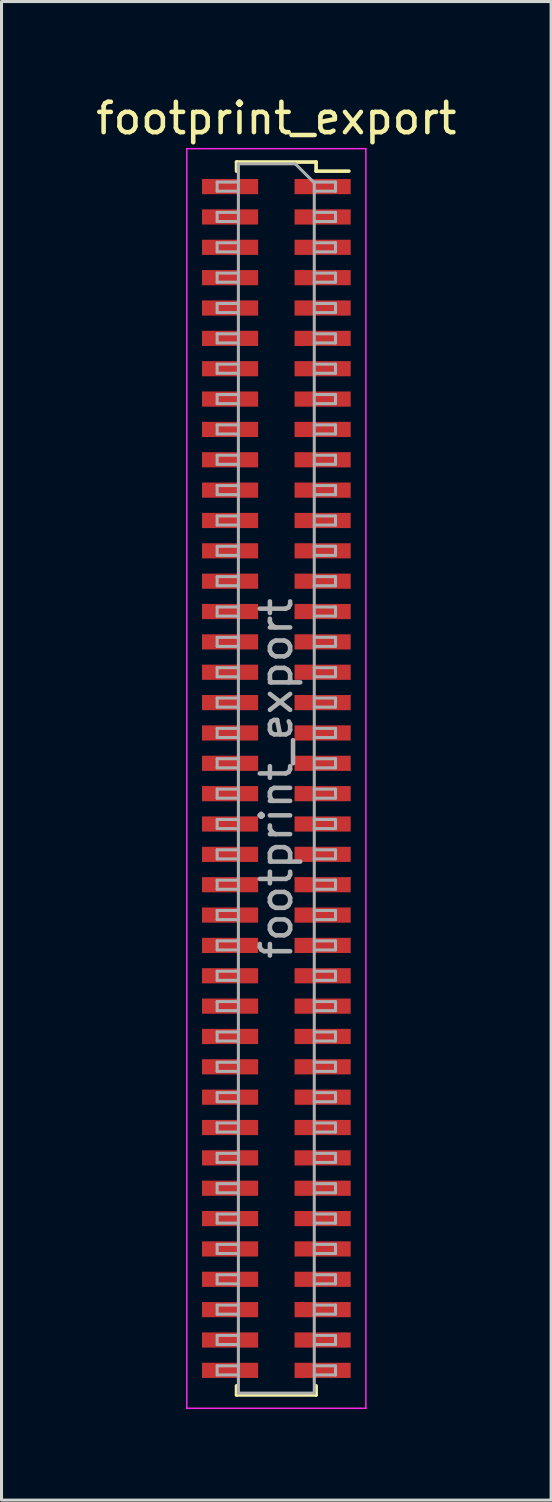
<source format=kicad_pcb>
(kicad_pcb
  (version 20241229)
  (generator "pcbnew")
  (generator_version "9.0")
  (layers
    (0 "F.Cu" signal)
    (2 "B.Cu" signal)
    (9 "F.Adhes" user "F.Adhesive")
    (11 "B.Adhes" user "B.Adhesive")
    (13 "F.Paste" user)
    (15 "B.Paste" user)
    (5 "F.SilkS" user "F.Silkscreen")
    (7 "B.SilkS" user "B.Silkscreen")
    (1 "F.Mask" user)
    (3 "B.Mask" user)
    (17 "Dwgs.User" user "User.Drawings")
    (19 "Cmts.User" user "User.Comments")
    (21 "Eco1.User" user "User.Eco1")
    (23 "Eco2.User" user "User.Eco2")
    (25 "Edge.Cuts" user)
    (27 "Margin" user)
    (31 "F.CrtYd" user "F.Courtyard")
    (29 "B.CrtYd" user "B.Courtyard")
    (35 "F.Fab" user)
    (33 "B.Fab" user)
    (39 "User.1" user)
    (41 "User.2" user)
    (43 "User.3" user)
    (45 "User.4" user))
  (footprint "footprint_export"
    (layer "F.Cu")
    (at 6.054 22.598)
    (property "Reference" "footprint_export" (at 0 -21.75 0) (layer "F.SilkS") (effects (font (size 1 1) (thickness 0.15))))
    (attr smd)
    (fp_line (start -1.31 -20.31) (end -1.31 -20.01) (stroke (width 0.12) (type solid)) (layer "F.SilkS"))
    (fp_line (start -1.31 -20.31) (end 1.31 -20.31) (stroke (width 0.12) (type solid)) (layer "F.SilkS"))
    (fp_line (start -1.31 20.01) (end -1.31 20.31) (stroke (width 0.12) (type solid)) (layer "F.SilkS"))
    (fp_line (start -1.31 20.31) (end 1.31 20.31) (stroke (width 0.12) (type solid)) (layer "F.SilkS"))
    (fp_line (start 1.31 -20.31) (end 1.31 -20.01) (stroke (width 0.12) (type solid)) (layer "F.SilkS"))
    (fp_line (start 1.31 -20.01) (end 2.39 -20.01) (stroke (width 0.12) (type solid)) (layer "F.SilkS"))
    (fp_line (start 1.31 20.01) (end 1.31 20.31) (stroke (width 0.12) (type solid)) (layer "F.SilkS"))
    (fp_line (start -2.95 -20.75) (end 2.95 -20.75) (stroke (width 0.05) (type solid)) (layer "F.CrtYd"))
    (fp_line (start -2.95 20.75) (end -2.95 -20.75) (stroke (width 0.05) (type solid)) (layer "F.CrtYd"))
    (fp_line (start 2.95 -20.75) (end 2.95 20.75) (stroke (width 0.05) (type solid)) (layer "F.CrtYd"))
    (fp_line (start 2.95 20.75) (end -2.95 20.75) (stroke (width 0.05) (type solid)) (layer "F.CrtYd"))
    (fp_line (start -1.95 -19.65) (end -1.25 -19.65) (stroke (width 0.1) (type solid)) (layer "F.Fab"))
    (fp_line (start -1.95 -19.35) (end -1.95 -19.65) (stroke (width 0.1) (type solid)) (layer "F.Fab"))
    (fp_line (start -1.95 -18.65) (end -1.25 -18.65) (stroke (width 0.1) (type solid)) (layer "F.Fab"))
    (fp_line (start -1.95 -18.35) (end -1.95 -18.65) (stroke (width 0.1) (type solid)) (layer "F.Fab"))
    (fp_line (start -1.95 -17.65) (end -1.25 -17.65) (stroke (width 0.1) (type solid)) (layer "F.Fab"))
    (fp_line (start -1.95 -17.35) (end -1.95 -17.65) (stroke (width 0.1) (type solid)) (layer "F.Fab"))
    (fp_line (start -1.95 -16.65) (end -1.25 -16.65) (stroke (width 0.1) (type solid)) (layer "F.Fab"))
    (fp_line (start -1.95 -16.35) (end -1.95 -16.65) (stroke (width 0.1) (type solid)) (layer "F.Fab"))
    (fp_line (start -1.95 -15.65) (end -1.25 -15.65) (stroke (width 0.1) (type solid)) (layer "F.Fab"))
    (fp_line (start -1.95 -15.35) (end -1.95 -15.65) (stroke (width 0.1) (type solid)) (layer "F.Fab"))
    (fp_line (start -1.95 -14.65) (end -1.25 -14.65) (stroke (width 0.1) (type solid)) (layer "F.Fab"))
    (fp_line (start -1.95 -14.35) (end -1.95 -14.65) (stroke (width 0.1) (type solid)) (layer "F.Fab"))
    (fp_line (start -1.95 -13.65) (end -1.25 -13.65) (stroke (width 0.1) (type solid)) (layer "F.Fab"))
    (fp_line (start -1.95 -13.35) (end -1.95 -13.65) (stroke (width 0.1) (type solid)) (layer "F.Fab"))
    (fp_line (start -1.95 -12.65) (end -1.25 -12.65) (stroke (width 0.1) (type solid)) (layer "F.Fab"))
    (fp_line (start -1.95 -12.35) (end -1.95 -12.65) (stroke (width 0.1) (type solid)) (layer "F.Fab"))
    (fp_line (start -1.95 -11.65) (end -1.25 -11.65) (stroke (width 0.1) (type solid)) (layer "F.Fab"))
    (fp_line (start -1.95 -11.35) (end -1.95 -11.65) (stroke (width 0.1) (type solid)) (layer "F.Fab"))
    (fp_line (start -1.95 -10.65) (end -1.25 -10.65) (stroke (width 0.1) (type solid)) (layer "F.Fab"))
    (fp_line (start -1.95 -10.35) (end -1.95 -10.65) (stroke (width 0.1) (type solid)) (layer "F.Fab"))
    (fp_line (start -1.95 -9.65) (end -1.25 -9.65) (stroke (width 0.1) (type solid)) (layer "F.Fab"))
    (fp_line (start -1.95 -9.35) (end -1.95 -9.65) (stroke (width 0.1) (type solid)) (layer "F.Fab"))
    (fp_line (start -1.95 -8.65) (end -1.25 -8.65) (stroke (width 0.1) (type solid)) (layer "F.Fab"))
    (fp_line (start -1.95 -8.35) (end -1.95 -8.65) (stroke (width 0.1) (type solid)) (layer "F.Fab"))
    (fp_line (start -1.95 -7.65) (end -1.25 -7.65) (stroke (width 0.1) (type solid)) (layer "F.Fab"))
    (fp_line (start -1.95 -7.35) (end -1.95 -7.65) (stroke (width 0.1) (type solid)) (layer "F.Fab"))
    (fp_line (start -1.95 -6.65) (end -1.25 -6.65) (stroke (width 0.1) (type solid)) (layer "F.Fab"))
    (fp_line (start -1.95 -6.35) (end -1.95 -6.65) (stroke (width 0.1) (type solid)) (layer "F.Fab"))
    (fp_line (start -1.95 -5.65) (end -1.25 -5.65) (stroke (width 0.1) (type solid)) (layer "F.Fab"))
    (fp_line (start -1.95 -5.35) (end -1.95 -5.65) (stroke (width 0.1) (type solid)) (layer "F.Fab"))
    (fp_line (start -1.95 -4.65) (end -1.25 -4.65) (stroke (width 0.1) (type solid)) (layer "F.Fab"))
    (fp_line (start -1.95 -4.35) (end -1.95 -4.65) (stroke (width 0.1) (type solid)) (layer "F.Fab"))
    (fp_line (start -1.95 -3.65) (end -1.25 -3.65) (stroke (width 0.1) (type solid)) (layer "F.Fab"))
    (fp_line (start -1.95 -3.35) (end -1.95 -3.65) (stroke (width 0.1) (type solid)) (layer "F.Fab"))
    (fp_line (start -1.95 -2.65) (end -1.25 -2.65) (stroke (width 0.1) (type solid)) (layer "F.Fab"))
    (fp_line (start -1.95 -2.35) (end -1.95 -2.65) (stroke (width 0.1) (type solid)) (layer "F.Fab"))
    (fp_line (start -1.95 -1.65) (end -1.25 -1.65) (stroke (width 0.1) (type solid)) (layer "F.Fab"))
    (fp_line (start -1.95 -1.35) (end -1.95 -1.65) (stroke (width 0.1) (type solid)) (layer "F.Fab"))
    (fp_line (start -1.95 -0.65) (end -1.25 -0.65) (stroke (width 0.1) (type solid)) (layer "F.Fab"))
    (fp_line (start -1.95 -0.35) (end -1.95 -0.65) (stroke (width 0.1) (type solid)) (layer "F.Fab"))
    (fp_line (start -1.95 0.35) (end -1.25 0.35) (stroke (width 0.1) (type solid)) (layer "F.Fab"))
    (fp_line (start -1.95 0.65) (end -1.95 0.35) (stroke (width 0.1) (type solid)) (layer "F.Fab"))
    (fp_line (start -1.95 1.35) (end -1.25 1.35) (stroke (width 0.1) (type solid)) (layer "F.Fab"))
    (fp_line (start -1.95 1.65) (end -1.95 1.35) (stroke (width 0.1) (type solid)) (layer "F.Fab"))
    (fp_line (start -1.95 2.35) (end -1.25 2.35) (stroke (width 0.1) (type solid)) (layer "F.Fab"))
    (fp_line (start -1.95 2.65) (end -1.95 2.35) (stroke (width 0.1) (type solid)) (layer "F.Fab"))
    (fp_line (start -1.95 3.35) (end -1.25 3.35) (stroke (width 0.1) (type solid)) (layer "F.Fab"))
    (fp_line (start -1.95 3.65) (end -1.95 3.35) (stroke (width 0.1) (type solid)) (layer "F.Fab"))
    (fp_line (start -1.95 4.35) (end -1.25 4.35) (stroke (width 0.1) (type solid)) (layer "F.Fab"))
    (fp_line (start -1.95 4.65) (end -1.95 4.35) (stroke (width 0.1) (type solid)) (layer "F.Fab"))
    (fp_line (start -1.95 5.35) (end -1.25 5.35) (stroke (width 0.1) (type solid)) (layer "F.Fab"))
    (fp_line (start -1.95 5.65) (end -1.95 5.35) (stroke (width 0.1) (type solid)) (layer "F.Fab"))
    (fp_line (start -1.95 6.35) (end -1.25 6.35) (stroke (width 0.1) (type solid)) (layer "F.Fab"))
    (fp_line (start -1.95 6.65) (end -1.95 6.35) (stroke (width 0.1) (type solid)) (layer "F.Fab"))
    (fp_line (start -1.95 7.35) (end -1.25 7.35) (stroke (width 0.1) (type solid)) (layer "F.Fab"))
    (fp_line (start -1.95 7.65) (end -1.95 7.35) (stroke (width 0.1) (type solid)) (layer "F.Fab"))
    (fp_line (start -1.95 8.35) (end -1.25 8.35) (stroke (width 0.1) (type solid)) (layer "F.Fab"))
    (fp_line (start -1.95 8.65) (end -1.95 8.35) (stroke (width 0.1) (type solid)) (layer "F.Fab"))
    (fp_line (start -1.95 9.35) (end -1.25 9.35) (stroke (width 0.1) (type solid)) (layer "F.Fab"))
    (fp_line (start -1.95 9.65) (end -1.95 9.35) (stroke (width 0.1) (type solid)) (layer "F.Fab"))
    (fp_line (start -1.95 10.35) (end -1.25 10.35) (stroke (width 0.1) (type solid)) (layer "F.Fab"))
    (fp_line (start -1.95 10.65) (end -1.95 10.35) (stroke (width 0.1) (type solid)) (layer "F.Fab"))
    (fp_line (start -1.95 11.35) (end -1.25 11.35) (stroke (width 0.1) (type solid)) (layer "F.Fab"))
    (fp_line (start -1.95 11.65) (end -1.95 11.35) (stroke (width 0.1) (type solid)) (layer "F.Fab"))
    (fp_line (start -1.95 12.35) (end -1.25 12.35) (stroke (width 0.1) (type solid)) (layer "F.Fab"))
    (fp_line (start -1.95 12.65) (end -1.95 12.35) (stroke (width 0.1) (type solid)) (layer "F.Fab"))
    (fp_line (start -1.95 13.35) (end -1.25 13.35) (stroke (width 0.1) (type solid)) (layer "F.Fab"))
    (fp_line (start -1.95 13.65) (end -1.95 13.35) (stroke (width 0.1) (type solid)) (layer "F.Fab"))
    (fp_line (start -1.95 14.35) (end -1.25 14.35) (stroke (width 0.1) (type solid)) (layer "F.Fab"))
    (fp_line (start -1.95 14.65) (end -1.95 14.35) (stroke (width 0.1) (type solid)) (layer "F.Fab"))
    (fp_line (start -1.95 15.35) (end -1.25 15.35) (stroke (width 0.1) (type solid)) (layer "F.Fab"))
    (fp_line (start -1.95 15.65) (end -1.95 15.35) (stroke (width 0.1) (type solid)) (layer "F.Fab"))
    (fp_line (start -1.95 16.35) (end -1.25 16.35) (stroke (width 0.1) (type solid)) (layer "F.Fab"))
    (fp_line (start -1.95 16.65) (end -1.95 16.35) (stroke (width 0.1) (type solid)) (layer "F.Fab"))
    (fp_line (start -1.95 17.35) (end -1.25 17.35) (stroke (width 0.1) (type solid)) (layer "F.Fab"))
    (fp_line (start -1.95 17.65) (end -1.95 17.35) (stroke (width 0.1) (type solid)) (layer "F.Fab"))
    (fp_line (start -1.95 18.35) (end -1.25 18.35) (stroke (width 0.1) (type solid)) (layer "F.Fab"))
    (fp_line (start -1.95 18.65) (end -1.95 18.35) (stroke (width 0.1) (type solid)) (layer "F.Fab"))
    (fp_line (start -1.95 19.35) (end -1.25 19.35) (stroke (width 0.1) (type solid)) (layer "F.Fab"))
    (fp_line (start -1.95 19.65) (end -1.95 19.35) (stroke (width 0.1) (type solid)) (layer "F.Fab"))
    (fp_line (start -1.25 -20.25) (end 0.625 -20.25) (stroke (width 0.1) (type solid)) (layer "F.Fab"))
    (fp_line (start -1.25 -19.35) (end -1.95 -19.35) (stroke (width 0.1) (type solid)) (layer "F.Fab"))
    (fp_line (start -1.25 -18.35) (end -1.95 -18.35) (stroke (width 0.1) (type solid)) (layer "F.Fab"))
    (fp_line (start -1.25 -17.35) (end -1.95 -17.35) (stroke (width 0.1) (type solid)) (layer "F.Fab"))
    (fp_line (start -1.25 -16.35) (end -1.95 -16.35) (stroke (width 0.1) (type solid)) (layer "F.Fab"))
    (fp_line (start -1.25 -15.35) (end -1.95 -15.35) (stroke (width 0.1) (type solid)) (layer "F.Fab"))
    (fp_line (start -1.25 -14.35) (end -1.95 -14.35) (stroke (width 0.1) (type solid)) (layer "F.Fab"))
    (fp_line (start -1.25 -13.35) (end -1.95 -13.35) (stroke (width 0.1) (type solid)) (layer "F.Fab"))
    (fp_line (start -1.25 -12.35) (end -1.95 -12.35) (stroke (width 0.1) (type solid)) (layer "F.Fab"))
    (fp_line (start -1.25 -11.35) (end -1.95 -11.35) (stroke (width 0.1) (type solid)) (layer "F.Fab"))
    (fp_line (start -1.25 -10.35) (end -1.95 -10.35) (stroke (width 0.1) (type solid)) (layer "F.Fab"))
    (fp_line (start -1.25 -9.35) (end -1.95 -9.35) (stroke (width 0.1) (type solid)) (layer "F.Fab"))
    (fp_line (start -1.25 -8.35) (end -1.95 -8.35) (stroke (width 0.1) (type solid)) (layer "F.Fab"))
    (fp_line (start -1.25 -7.35) (end -1.95 -7.35) (stroke (width 0.1) (type solid)) (layer "F.Fab"))
    (fp_line (start -1.25 -6.35) (end -1.95 -6.35) (stroke (width 0.1) (type solid)) (layer "F.Fab"))
    (fp_line (start -1.25 -5.35) (end -1.95 -5.35) (stroke (width 0.1) (type solid)) (layer "F.Fab"))
    (fp_line (start -1.25 -4.35) (end -1.95 -4.35) (stroke (width 0.1) (type solid)) (layer "F.Fab"))
    (fp_line (start -1.25 -3.35) (end -1.95 -3.35) (stroke (width 0.1) (type solid)) (layer "F.Fab"))
    (fp_line (start -1.25 -2.35) (end -1.95 -2.35) (stroke (width 0.1) (type solid)) (layer "F.Fab"))
    (fp_line (start -1.25 -1.35) (end -1.95 -1.35) (stroke (width 0.1) (type solid)) (layer "F.Fab"))
    (fp_line (start -1.25 -0.35) (end -1.95 -0.35) (stroke (width 0.1) (type solid)) (layer "F.Fab"))
    (fp_line (start -1.25 0.65) (end -1.95 0.65) (stroke (width 0.1) (type solid)) (layer "F.Fab"))
    (fp_line (start -1.25 1.65) (end -1.95 1.65) (stroke (width 0.1) (type solid)) (layer "F.Fab"))
    (fp_line (start -1.25 2.65) (end -1.95 2.65) (stroke (width 0.1) (type solid)) (layer "F.Fab"))
    (fp_line (start -1.25 3.65) (end -1.95 3.65) (stroke (width 0.1) (type solid)) (layer "F.Fab"))
    (fp_line (start -1.25 4.65) (end -1.95 4.65) (stroke (width 0.1) (type solid)) (layer "F.Fab"))
    (fp_line (start -1.25 5.65) (end -1.95 5.65) (stroke (width 0.1) (type solid)) (layer "F.Fab"))
    (fp_line (start -1.25 6.65) (end -1.95 6.65) (stroke (width 0.1) (type solid)) (layer "F.Fab"))
    (fp_line (start -1.25 7.65) (end -1.95 7.65) (stroke (width 0.1) (type solid)) (layer "F.Fab"))
    (fp_line (start -1.25 8.65) (end -1.95 8.65) (stroke (width 0.1) (type solid)) (layer "F.Fab"))
    (fp_line (start -1.25 9.65) (end -1.95 9.65) (stroke (width 0.1) (type solid)) (layer "F.Fab"))
    (fp_line (start -1.25 10.65) (end -1.95 10.65) (stroke (width 0.1) (type solid)) (layer "F.Fab"))
    (fp_line (start -1.25 11.65) (end -1.95 11.65) (stroke (width 0.1) (type solid)) (layer "F.Fab"))
    (fp_line (start -1.25 12.65) (end -1.95 12.65) (stroke (width 0.1) (type solid)) (layer "F.Fab"))
    (fp_line (start -1.25 13.65) (end -1.95 13.65) (stroke (width 0.1) (type solid)) (layer "F.Fab"))
    (fp_line (start -1.25 14.65) (end -1.95 14.65) (stroke (width 0.1) (type solid)) (layer "F.Fab"))
    (fp_line (start -1.25 15.65) (end -1.95 15.65) (stroke (width 0.1) (type solid)) (layer "F.Fab"))
    (fp_line (start -1.25 16.65) (end -1.95 16.65) (stroke (width 0.1) (type solid)) (layer "F.Fab"))
    (fp_line (start -1.25 17.65) (end -1.95 17.65) (stroke (width 0.1) (type solid)) (layer "F.Fab"))
    (fp_line (start -1.25 18.65) (end -1.95 18.65) (stroke (width 0.1) (type solid)) (layer "F.Fab"))
    (fp_line (start -1.25 19.65) (end -1.95 19.65) (stroke (width 0.1) (type solid)) (layer "F.Fab"))
    (fp_line (start -1.25 20.25) (end -1.25 -20.25) (stroke (width 0.1) (type solid)) (layer "F.Fab"))
    (fp_line (start 0.625 -20.25) (end 1.25 -19.625) (stroke (width 0.1) (type solid)) (layer "F.Fab"))
    (fp_line (start 1.25 -19.65) (end 1.95 -19.65) (stroke (width 0.1) (type solid)) (layer "F.Fab"))
    (fp_line (start 1.25 -19.625) (end 1.25 20.25) (stroke (width 0.1) (type solid)) (layer "F.Fab"))
    (fp_line (start 1.25 -18.65) (end 1.95 -18.65) (stroke (width 0.1) (type solid)) (layer "F.Fab"))
    (fp_line (start 1.25 -17.65) (end 1.95 -17.65) (stroke (width 0.1) (type solid)) (layer "F.Fab"))
    (fp_line (start 1.25 -16.65) (end 1.95 -16.65) (stroke (width 0.1) (type solid)) (layer "F.Fab"))
    (fp_line (start 1.25 -15.65) (end 1.95 -15.65) (stroke (width 0.1) (type solid)) (layer "F.Fab"))
    (fp_line (start 1.25 -14.65) (end 1.95 -14.65) (stroke (width 0.1) (type solid)) (layer "F.Fab"))
    (fp_line (start 1.25 -13.65) (end 1.95 -13.65) (stroke (width 0.1) (type solid)) (layer "F.Fab"))
    (fp_line (start 1.25 -12.65) (end 1.95 -12.65) (stroke (width 0.1) (type solid)) (layer "F.Fab"))
    (fp_line (start 1.25 -11.65) (end 1.95 -11.65) (stroke (width 0.1) (type solid)) (layer "F.Fab"))
    (fp_line (start 1.25 -10.65) (end 1.95 -10.65) (stroke (width 0.1) (type solid)) (layer "F.Fab"))
    (fp_line (start 1.25 -9.65) (end 1.95 -9.65) (stroke (width 0.1) (type solid)) (layer "F.Fab"))
    (fp_line (start 1.25 -8.65) (end 1.95 -8.65) (stroke (width 0.1) (type solid)) (layer "F.Fab"))
    (fp_line (start 1.25 -7.65) (end 1.95 -7.65) (stroke (width 0.1) (type solid)) (layer "F.Fab"))
    (fp_line (start 1.25 -6.65) (end 1.95 -6.65) (stroke (width 0.1) (type solid)) (layer "F.Fab"))
    (fp_line (start 1.25 -5.65) (end 1.95 -5.65) (stroke (width 0.1) (type solid)) (layer "F.Fab"))
    (fp_line (start 1.25 -4.65) (end 1.95 -4.65) (stroke (width 0.1) (type solid)) (layer "F.Fab"))
    (fp_line (start 1.25 -3.65) (end 1.95 -3.65) (stroke (width 0.1) (type solid)) (layer "F.Fab"))
    (fp_line (start 1.25 -2.65) (end 1.95 -2.65) (stroke (width 0.1) (type solid)) (layer "F.Fab"))
    (fp_line (start 1.25 -1.65) (end 1.95 -1.65) (stroke (width 0.1) (type solid)) (layer "F.Fab"))
    (fp_line (start 1.25 -0.65) (end 1.95 -0.65) (stroke (width 0.1) (type solid)) (layer "F.Fab"))
    (fp_line (start 1.25 0.35) (end 1.95 0.35) (stroke (width 0.1) (type solid)) (layer "F.Fab"))
    (fp_line (start 1.25 1.35) (end 1.95 1.35) (stroke (width 0.1) (type solid)) (layer "F.Fab"))
    (fp_line (start 1.25 2.35) (end 1.95 2.35) (stroke (width 0.1) (type solid)) (layer "F.Fab"))
    (fp_line (start 1.25 3.35) (end 1.95 3.35) (stroke (width 0.1) (type solid)) (layer "F.Fab"))
    (fp_line (start 1.25 4.35) (end 1.95 4.35) (stroke (width 0.1) (type solid)) (layer "F.Fab"))
    (fp_line (start 1.25 5.35) (end 1.95 5.35) (stroke (width 0.1) (type solid)) (layer "F.Fab"))
    (fp_line (start 1.25 6.35) (end 1.95 6.35) (stroke (width 0.1) (type solid)) (layer "F.Fab"))
    (fp_line (start 1.25 7.35) (end 1.95 7.35) (stroke (width 0.1) (type solid)) (layer "F.Fab"))
    (fp_line (start 1.25 8.35) (end 1.95 8.35) (stroke (width 0.1) (type solid)) (layer "F.Fab"))
    (fp_line (start 1.25 9.35) (end 1.95 9.35) (stroke (width 0.1) (type solid)) (layer "F.Fab"))
    (fp_line (start 1.25 10.35) (end 1.95 10.35) (stroke (width 0.1) (type solid)) (layer "F.Fab"))
    (fp_line (start 1.25 11.35) (end 1.95 11.35) (stroke (width 0.1) (type solid)) (layer "F.Fab"))
    (fp_line (start 1.25 12.35) (end 1.95 12.35) (stroke (width 0.1) (type solid)) (layer "F.Fab"))
    (fp_line (start 1.25 13.35) (end 1.95 13.35) (stroke (width 0.1) (type solid)) (layer "F.Fab"))
    (fp_line (start 1.25 14.35) (end 1.95 14.35) (stroke (width 0.1) (type solid)) (layer "F.Fab"))
    (fp_line (start 1.25 15.35) (end 1.95 15.35) (stroke (width 0.1) (type solid)) (layer "F.Fab"))
    (fp_line (start 1.25 16.35) (end 1.95 16.35) (stroke (width 0.1) (type solid)) (layer "F.Fab"))
    (fp_line (start 1.25 17.35) (end 1.95 17.35) (stroke (width 0.1) (type solid)) (layer "F.Fab"))
    (fp_line (start 1.25 18.35) (end 1.95 18.35) (stroke (width 0.1) (type solid)) (layer "F.Fab"))
    (fp_line (start 1.25 19.35) (end 1.95 19.35) (stroke (width 0.1) (type solid)) (layer "F.Fab"))
    (fp_line (start 1.25 20.25) (end -1.25 20.25) (stroke (width 0.1) (type solid)) (layer "F.Fab"))
    (fp_line (start 1.95 -19.65) (end 1.95 -19.35) (stroke (width 0.1) (type solid)) (layer "F.Fab"))
    (fp_line (start 1.95 -19.35) (end 1.25 -19.35) (stroke (width 0.1) (type solid)) (layer "F.Fab"))
    (fp_line (start 1.95 -18.65) (end 1.95 -18.35) (stroke (width 0.1) (type solid)) (layer "F.Fab"))
    (fp_line (start 1.95 -18.35) (end 1.25 -18.35) (stroke (width 0.1) (type solid)) (layer "F.Fab"))
    (fp_line (start 1.95 -17.65) (end 1.95 -17.35) (stroke (width 0.1) (type solid)) (layer "F.Fab"))
    (fp_line (start 1.95 -17.35) (end 1.25 -17.35) (stroke (width 0.1) (type solid)) (layer "F.Fab"))
    (fp_line (start 1.95 -16.65) (end 1.95 -16.35) (stroke (width 0.1) (type solid)) (layer "F.Fab"))
    (fp_line (start 1.95 -16.35) (end 1.25 -16.35) (stroke (width 0.1) (type solid)) (layer "F.Fab"))
    (fp_line (start 1.95 -15.65) (end 1.95 -15.35) (stroke (width 0.1) (type solid)) (layer "F.Fab"))
    (fp_line (start 1.95 -15.35) (end 1.25 -15.35) (stroke (width 0.1) (type solid)) (layer "F.Fab"))
    (fp_line (start 1.95 -14.65) (end 1.95 -14.35) (stroke (width 0.1) (type solid)) (layer "F.Fab"))
    (fp_line (start 1.95 -14.35) (end 1.25 -14.35) (stroke (width 0.1) (type solid)) (layer "F.Fab"))
    (fp_line (start 1.95 -13.65) (end 1.95 -13.35) (stroke (width 0.1) (type solid)) (layer "F.Fab"))
    (fp_line (start 1.95 -13.35) (end 1.25 -13.35) (stroke (width 0.1) (type solid)) (layer "F.Fab"))
    (fp_line (start 1.95 -12.65) (end 1.95 -12.35) (stroke (width 0.1) (type solid)) (layer "F.Fab"))
    (fp_line (start 1.95 -12.35) (end 1.25 -12.35) (stroke (width 0.1) (type solid)) (layer "F.Fab"))
    (fp_line (start 1.95 -11.65) (end 1.95 -11.35) (stroke (width 0.1) (type solid)) (layer "F.Fab"))
    (fp_line (start 1.95 -11.35) (end 1.25 -11.35) (stroke (width 0.1) (type solid)) (layer "F.Fab"))
    (fp_line (start 1.95 -10.65) (end 1.95 -10.35) (stroke (width 0.1) (type solid)) (layer "F.Fab"))
    (fp_line (start 1.95 -10.35) (end 1.25 -10.35) (stroke (width 0.1) (type solid)) (layer "F.Fab"))
    (fp_line (start 1.95 -9.65) (end 1.95 -9.35) (stroke (width 0.1) (type solid)) (layer "F.Fab"))
    (fp_line (start 1.95 -9.35) (end 1.25 -9.35) (stroke (width 0.1) (type solid)) (layer "F.Fab"))
    (fp_line (start 1.95 -8.65) (end 1.95 -8.35) (stroke (width 0.1) (type solid)) (layer "F.Fab"))
    (fp_line (start 1.95 -8.35) (end 1.25 -8.35) (stroke (width 0.1) (type solid)) (layer "F.Fab"))
    (fp_line (start 1.95 -7.65) (end 1.95 -7.35) (stroke (width 0.1) (type solid)) (layer "F.Fab"))
    (fp_line (start 1.95 -7.35) (end 1.25 -7.35) (stroke (width 0.1) (type solid)) (layer "F.Fab"))
    (fp_line (start 1.95 -6.65) (end 1.95 -6.35) (stroke (width 0.1) (type solid)) (layer "F.Fab"))
    (fp_line (start 1.95 -6.35) (end 1.25 -6.35) (stroke (width 0.1) (type solid)) (layer "F.Fab"))
    (fp_line (start 1.95 -5.65) (end 1.95 -5.35) (stroke (width 0.1) (type solid)) (layer "F.Fab"))
    (fp_line (start 1.95 -5.35) (end 1.25 -5.35) (stroke (width 0.1) (type solid)) (layer "F.Fab"))
    (fp_line (start 1.95 -4.65) (end 1.95 -4.35) (stroke (width 0.1) (type solid)) (layer "F.Fab"))
    (fp_line (start 1.95 -4.35) (end 1.25 -4.35) (stroke (width 0.1) (type solid)) (layer "F.Fab"))
    (fp_line (start 1.95 -3.65) (end 1.95 -3.35) (stroke (width 0.1) (type solid)) (layer "F.Fab"))
    (fp_line (start 1.95 -3.35) (end 1.25 -3.35) (stroke (width 0.1) (type solid)) (layer "F.Fab"))
    (fp_line (start 1.95 -2.65) (end 1.95 -2.35) (stroke (width 0.1) (type solid)) (layer "F.Fab"))
    (fp_line (start 1.95 -2.35) (end 1.25 -2.35) (stroke (width 0.1) (type solid)) (layer "F.Fab"))
    (fp_line (start 1.95 -1.65) (end 1.95 -1.35) (stroke (width 0.1) (type solid)) (layer "F.Fab"))
    (fp_line (start 1.95 -1.35) (end 1.25 -1.35) (stroke (width 0.1) (type solid)) (layer "F.Fab"))
    (fp_line (start 1.95 -0.65) (end 1.95 -0.35) (stroke (width 0.1) (type solid)) (layer "F.Fab"))
    (fp_line (start 1.95 -0.35) (end 1.25 -0.35) (stroke (width 0.1) (type solid)) (layer "F.Fab"))
    (fp_line (start 1.95 0.35) (end 1.95 0.65) (stroke (width 0.1) (type solid)) (layer "F.Fab"))
    (fp_line (start 1.95 0.65) (end 1.25 0.65) (stroke (width 0.1) (type solid)) (layer "F.Fab"))
    (fp_line (start 1.95 1.35) (end 1.95 1.65) (stroke (width 0.1) (type solid)) (layer "F.Fab"))
    (fp_line (start 1.95 1.65) (end 1.25 1.65) (stroke (width 0.1) (type solid)) (layer "F.Fab"))
    (fp_line (start 1.95 2.35) (end 1.95 2.65) (stroke (width 0.1) (type solid)) (layer "F.Fab"))
    (fp_line (start 1.95 2.65) (end 1.25 2.65) (stroke (width 0.1) (type solid)) (layer "F.Fab"))
    (fp_line (start 1.95 3.35) (end 1.95 3.65) (stroke (width 0.1) (type solid)) (layer "F.Fab"))
    (fp_line (start 1.95 3.65) (end 1.25 3.65) (stroke (width 0.1) (type solid)) (layer "F.Fab"))
    (fp_line (start 1.95 4.35) (end 1.95 4.65) (stroke (width 0.1) (type solid)) (layer "F.Fab"))
    (fp_line (start 1.95 4.65) (end 1.25 4.65) (stroke (width 0.1) (type solid)) (layer "F.Fab"))
    (fp_line (start 1.95 5.35) (end 1.95 5.65) (stroke (width 0.1) (type solid)) (layer "F.Fab"))
    (fp_line (start 1.95 5.65) (end 1.25 5.65) (stroke (width 0.1) (type solid)) (layer "F.Fab"))
    (fp_line (start 1.95 6.35) (end 1.95 6.65) (stroke (width 0.1) (type solid)) (layer "F.Fab"))
    (fp_line (start 1.95 6.65) (end 1.25 6.65) (stroke (width 0.1) (type solid)) (layer "F.Fab"))
    (fp_line (start 1.95 7.35) (end 1.95 7.65) (stroke (width 0.1) (type solid)) (layer "F.Fab"))
    (fp_line (start 1.95 7.65) (end 1.25 7.65) (stroke (width 0.1) (type solid)) (layer "F.Fab"))
    (fp_line (start 1.95 8.35) (end 1.95 8.65) (stroke (width 0.1) (type solid)) (layer "F.Fab"))
    (fp_line (start 1.95 8.65) (end 1.25 8.65) (stroke (width 0.1) (type solid)) (layer "F.Fab"))
    (fp_line (start 1.95 9.35) (end 1.95 9.65) (stroke (width 0.1) (type solid)) (layer "F.Fab"))
    (fp_line (start 1.95 9.65) (end 1.25 9.65) (stroke (width 0.1) (type solid)) (layer "F.Fab"))
    (fp_line (start 1.95 10.35) (end 1.95 10.65) (stroke (width 0.1) (type solid)) (layer "F.Fab"))
    (fp_line (start 1.95 10.65) (end 1.25 10.65) (stroke (width 0.1) (type solid)) (layer "F.Fab"))
    (fp_line (start 1.95 11.35) (end 1.95 11.65) (stroke (width 0.1) (type solid)) (layer "F.Fab"))
    (fp_line (start 1.95 11.65) (end 1.25 11.65) (stroke (width 0.1) (type solid)) (layer "F.Fab"))
    (fp_line (start 1.95 12.35) (end 1.95 12.65) (stroke (width 0.1) (type solid)) (layer "F.Fab"))
    (fp_line (start 1.95 12.65) (end 1.25 12.65) (stroke (width 0.1) (type solid)) (layer "F.Fab"))
    (fp_line (start 1.95 13.35) (end 1.95 13.65) (stroke (width 0.1) (type solid)) (layer "F.Fab"))
    (fp_line (start 1.95 13.65) (end 1.25 13.65) (stroke (width 0.1) (type solid)) (layer "F.Fab"))
    (fp_line (start 1.95 14.35) (end 1.95 14.65) (stroke (width 0.1) (type solid)) (layer "F.Fab"))
    (fp_line (start 1.95 14.65) (end 1.25 14.65) (stroke (width 0.1) (type solid)) (layer "F.Fab"))
    (fp_line (start 1.95 15.35) (end 1.95 15.65) (stroke (width 0.1) (type solid)) (layer "F.Fab"))
    (fp_line (start 1.95 15.65) (end 1.25 15.65) (stroke (width 0.1) (type solid)) (layer "F.Fab"))
    (fp_line (start 1.95 16.35) (end 1.95 16.65) (stroke (width 0.1) (type solid)) (layer "F.Fab"))
    (fp_line (start 1.95 16.65) (end 1.25 16.65) (stroke (width 0.1) (type solid)) (layer "F.Fab"))
    (fp_line (start 1.95 17.35) (end 1.95 17.65) (stroke (width 0.1) (type solid)) (layer "F.Fab"))
    (fp_line (start 1.95 17.65) (end 1.25 17.65) (stroke (width 0.1) (type solid)) (layer "F.Fab"))
    (fp_line (start 1.95 18.35) (end 1.95 18.65) (stroke (width 0.1) (type solid)) (layer "F.Fab"))
    (fp_line (start 1.95 18.65) (end 1.25 18.65) (stroke (width 0.1) (type solid)) (layer "F.Fab"))
    (fp_line (start 1.95 19.35) (end 1.95 19.65) (stroke (width 0.1) (type solid)) (layer "F.Fab"))
    (fp_line (start 1.95 19.65) (end 1.25 19.65) (stroke (width 0.1) (type solid)) (layer "F.Fab"))
    (fp_text user "${REFERENCE}" (at 0 0 90) (layer "F.Fab") (effects (font (size 1 1) (thickness 0.15))))
    (pad "1" smd rect (at 1.525 -19.5) (size 1.85 0.5) (layers "F.Cu" "F.Mask" "F.Paste"))
    (pad "2" smd rect (at -1.525 -19.5) (size 1.85 0.5) (layers "F.Cu" "F.Mask" "F.Paste"))
    (pad "3" smd rect (at 1.525 -18.5) (size 1.85 0.5) (layers "F.Cu" "F.Mask" "F.Paste"))
    (pad "4" smd rect (at -1.525 -18.5) (size 1.85 0.5) (layers "F.Cu" "F.Mask" "F.Paste"))
    (pad "5" smd rect (at 1.525 -17.5) (size 1.85 0.5) (layers "F.Cu" "F.Mask" "F.Paste"))
    (pad "6" smd rect (at -1.525 -17.5) (size 1.85 0.5) (layers "F.Cu" "F.Mask" "F.Paste"))
    (pad "7" smd rect (at 1.525 -16.5) (size 1.85 0.5) (layers "F.Cu" "F.Mask" "F.Paste"))
    (pad "8" smd rect (at -1.525 -16.5) (size 1.85 0.5) (layers "F.Cu" "F.Mask" "F.Paste"))
    (pad "9" smd rect (at 1.525 -15.5) (size 1.85 0.5) (layers "F.Cu" "F.Mask" "F.Paste"))
    (pad "10" smd rect (at -1.525 -15.5) (size 1.85 0.5) (layers "F.Cu" "F.Mask" "F.Paste"))
    (pad "11" smd rect (at 1.525 -14.5) (size 1.85 0.5) (layers "F.Cu" "F.Mask" "F.Paste"))
    (pad "12" smd rect (at -1.525 -14.5) (size 1.85 0.5) (layers "F.Cu" "F.Mask" "F.Paste"))
    (pad "13" smd rect (at 1.525 -13.5) (size 1.85 0.5) (layers "F.Cu" "F.Mask" "F.Paste"))
    (pad "14" smd rect (at -1.525 -13.5) (size 1.85 0.5) (layers "F.Cu" "F.Mask" "F.Paste"))
    (pad "15" smd rect (at 1.525 -12.5) (size 1.85 0.5) (layers "F.Cu" "F.Mask" "F.Paste"))
    (pad "16" smd rect (at -1.525 -12.5) (size 1.85 0.5) (layers "F.Cu" "F.Mask" "F.Paste"))
    (pad "17" smd rect (at 1.525 -11.5) (size 1.85 0.5) (layers "F.Cu" "F.Mask" "F.Paste"))
    (pad "18" smd rect (at -1.525 -11.5) (size 1.85 0.5) (layers "F.Cu" "F.Mask" "F.Paste"))
    (pad "19" smd rect (at 1.525 -10.5) (size 1.85 0.5) (layers "F.Cu" "F.Mask" "F.Paste"))
    (pad "20" smd rect (at -1.525 -10.5) (size 1.85 0.5) (layers "F.Cu" "F.Mask" "F.Paste"))
    (pad "21" smd rect (at 1.525 -9.5) (size 1.85 0.5) (layers "F.Cu" "F.Mask" "F.Paste"))
    (pad "22" smd rect (at -1.525 -9.5) (size 1.85 0.5) (layers "F.Cu" "F.Mask" "F.Paste"))
    (pad "23" smd rect (at 1.525 -8.5) (size 1.85 0.5) (layers "F.Cu" "F.Mask" "F.Paste"))
    (pad "24" smd rect (at -1.525 -8.5) (size 1.85 0.5) (layers "F.Cu" "F.Mask" "F.Paste"))
    (pad "25" smd rect (at 1.525 -7.5) (size 1.85 0.5) (layers "F.Cu" "F.Mask" "F.Paste"))
    (pad "26" smd rect (at -1.525 -7.5) (size 1.85 0.5) (layers "F.Cu" "F.Mask" "F.Paste"))
    (pad "27" smd rect (at 1.525 -6.5) (size 1.85 0.5) (layers "F.Cu" "F.Mask" "F.Paste"))
    (pad "28" smd rect (at -1.525 -6.5) (size 1.85 0.5) (layers "F.Cu" "F.Mask" "F.Paste"))
    (pad "29" smd rect (at 1.525 -5.5) (size 1.85 0.5) (layers "F.Cu" "F.Mask" "F.Paste"))
    (pad "30" smd rect (at -1.525 -5.5) (size 1.85 0.5) (layers "F.Cu" "F.Mask" "F.Paste"))
    (pad "31" smd rect (at 1.525 -4.5) (size 1.85 0.5) (layers "F.Cu" "F.Mask" "F.Paste"))
    (pad "32" smd rect (at -1.525 -4.5) (size 1.85 0.5) (layers "F.Cu" "F.Mask" "F.Paste"))
    (pad "33" smd rect (at 1.525 -3.5) (size 1.85 0.5) (layers "F.Cu" "F.Mask" "F.Paste"))
    (pad "34" smd rect (at -1.525 -3.5) (size 1.85 0.5) (layers "F.Cu" "F.Mask" "F.Paste"))
    (pad "35" smd rect (at 1.525 -2.5) (size 1.85 0.5) (layers "F.Cu" "F.Mask" "F.Paste"))
    (pad "36" smd rect (at -1.525 -2.5) (size 1.85 0.5) (layers "F.Cu" "F.Mask" "F.Paste"))
    (pad "37" smd rect (at 1.525 -1.5) (size 1.85 0.5) (layers "F.Cu" "F.Mask" "F.Paste"))
    (pad "38" smd rect (at -1.525 -1.5) (size 1.85 0.5) (layers "F.Cu" "F.Mask" "F.Paste"))
    (pad "39" smd rect (at 1.525 -0.5) (size 1.85 0.5) (layers "F.Cu" "F.Mask" "F.Paste"))
    (pad "40" smd rect (at -1.525 -0.5) (size 1.85 0.5) (layers "F.Cu" "F.Mask" "F.Paste"))
    (pad "41" smd rect (at 1.525 0.5) (size 1.85 0.5) (layers "F.Cu" "F.Mask" "F.Paste"))
    (pad "42" smd rect (at -1.525 0.5) (size 1.85 0.5) (layers "F.Cu" "F.Mask" "F.Paste"))
    (pad "43" smd rect (at 1.525 1.5) (size 1.85 0.5) (layers "F.Cu" "F.Mask" "F.Paste"))
    (pad "44" smd rect (at -1.525 1.5) (size 1.85 0.5) (layers "F.Cu" "F.Mask" "F.Paste"))
    (pad "45" smd rect (at 1.525 2.5) (size 1.85 0.5) (layers "F.Cu" "F.Mask" "F.Paste"))
    (pad "46" smd rect (at -1.525 2.5) (size 1.85 0.5) (layers "F.Cu" "F.Mask" "F.Paste"))
    (pad "47" smd rect (at 1.525 3.5) (size 1.85 0.5) (layers "F.Cu" "F.Mask" "F.Paste"))
    (pad "48" smd rect (at -1.525 3.5) (size 1.85 0.5) (layers "F.Cu" "F.Mask" "F.Paste"))
    (pad "49" smd rect (at 1.525 4.5) (size 1.85 0.5) (layers "F.Cu" "F.Mask" "F.Paste"))
    (pad "50" smd rect (at -1.525 4.5) (size 1.85 0.5) (layers "F.Cu" "F.Mask" "F.Paste"))
    (pad "51" smd rect (at 1.525 5.5) (size 1.85 0.5) (layers "F.Cu" "F.Mask" "F.Paste"))
    (pad "52" smd rect (at -1.525 5.5) (size 1.85 0.5) (layers "F.Cu" "F.Mask" "F.Paste"))
    (pad "53" smd rect (at 1.525 6.5) (size 1.85 0.5) (layers "F.Cu" "F.Mask" "F.Paste"))
    (pad "54" smd rect (at -1.525 6.5) (size 1.85 0.5) (layers "F.Cu" "F.Mask" "F.Paste"))
    (pad "55" smd rect (at 1.525 7.5) (size 1.85 0.5) (layers "F.Cu" "F.Mask" "F.Paste"))
    (pad "56" smd rect (at -1.525 7.5) (size 1.85 0.5) (layers "F.Cu" "F.Mask" "F.Paste"))
    (pad "57" smd rect (at 1.525 8.5) (size 1.85 0.5) (layers "F.Cu" "F.Mask" "F.Paste"))
    (pad "58" smd rect (at -1.525 8.5) (size 1.85 0.5) (layers "F.Cu" "F.Mask" "F.Paste"))
    (pad "59" smd rect (at 1.525 9.5) (size 1.85 0.5) (layers "F.Cu" "F.Mask" "F.Paste"))
    (pad "60" smd rect (at -1.525 9.5) (size 1.85 0.5) (layers "F.Cu" "F.Mask" "F.Paste"))
    (pad "61" smd rect (at 1.525 10.5) (size 1.85 0.5) (layers "F.Cu" "F.Mask" "F.Paste"))
    (pad "62" smd rect (at -1.525 10.5) (size 1.85 0.5) (layers "F.Cu" "F.Mask" "F.Paste"))
    (pad "63" smd rect (at 1.525 11.5) (size 1.85 0.5) (layers "F.Cu" "F.Mask" "F.Paste"))
    (pad "64" smd rect (at -1.525 11.5) (size 1.85 0.5) (layers "F.Cu" "F.Mask" "F.Paste"))
    (pad "65" smd rect (at 1.525 12.5) (size 1.85 0.5) (layers "F.Cu" "F.Mask" "F.Paste"))
    (pad "66" smd rect (at -1.525 12.5) (size 1.85 0.5) (layers "F.Cu" "F.Mask" "F.Paste"))
    (pad "67" smd rect (at 1.525 13.5) (size 1.85 0.5) (layers "F.Cu" "F.Mask" "F.Paste"))
    (pad "68" smd rect (at -1.525 13.5) (size 1.85 0.5) (layers "F.Cu" "F.Mask" "F.Paste"))
    (pad "69" smd rect (at 1.525 14.5) (size 1.85 0.5) (layers "F.Cu" "F.Mask" "F.Paste"))
    (pad "70" smd rect (at -1.525 14.5) (size 1.85 0.5) (layers "F.Cu" "F.Mask" "F.Paste"))
    (pad "71" smd rect (at 1.525 15.5) (size 1.85 0.5) (layers "F.Cu" "F.Mask" "F.Paste"))
    (pad "72" smd rect (at -1.525 15.5) (size 1.85 0.5) (layers "F.Cu" "F.Mask" "F.Paste"))
    (pad "73" smd rect (at 1.525 16.5) (size 1.85 0.5) (layers "F.Cu" "F.Mask" "F.Paste"))
    (pad "74" smd rect (at -1.525 16.5) (size 1.85 0.5) (layers "F.Cu" "F.Mask" "F.Paste"))
    (pad "75" smd rect (at 1.525 17.5) (size 1.85 0.5) (layers "F.Cu" "F.Mask" "F.Paste"))
    (pad "76" smd rect (at -1.525 17.5) (size 1.85 0.5) (layers "F.Cu" "F.Mask" "F.Paste"))
    (pad "77" smd rect (at 1.525 18.5) (size 1.85 0.5) (layers "F.Cu" "F.Mask" "F.Paste"))
    (pad "78" smd rect (at -1.525 18.5) (size 1.85 0.5) (layers "F.Cu" "F.Mask" "F.Paste"))
    (pad "79" smd rect (at 1.525 19.5) (size 1.85 0.5) (layers "F.Cu" "F.Mask" "F.Paste"))
    (pad "80" smd rect (at -1.525 19.5) (size 1.85 0.5) (layers "F.Cu" "F.Mask" "F.Paste")))
  (gr_rect
    (start -3 -3)
    (end 15.107 46.373)
    (stroke (width 0.1) (type default))
    (fill no)
    (layer "Edge.Cuts")))
</source>
